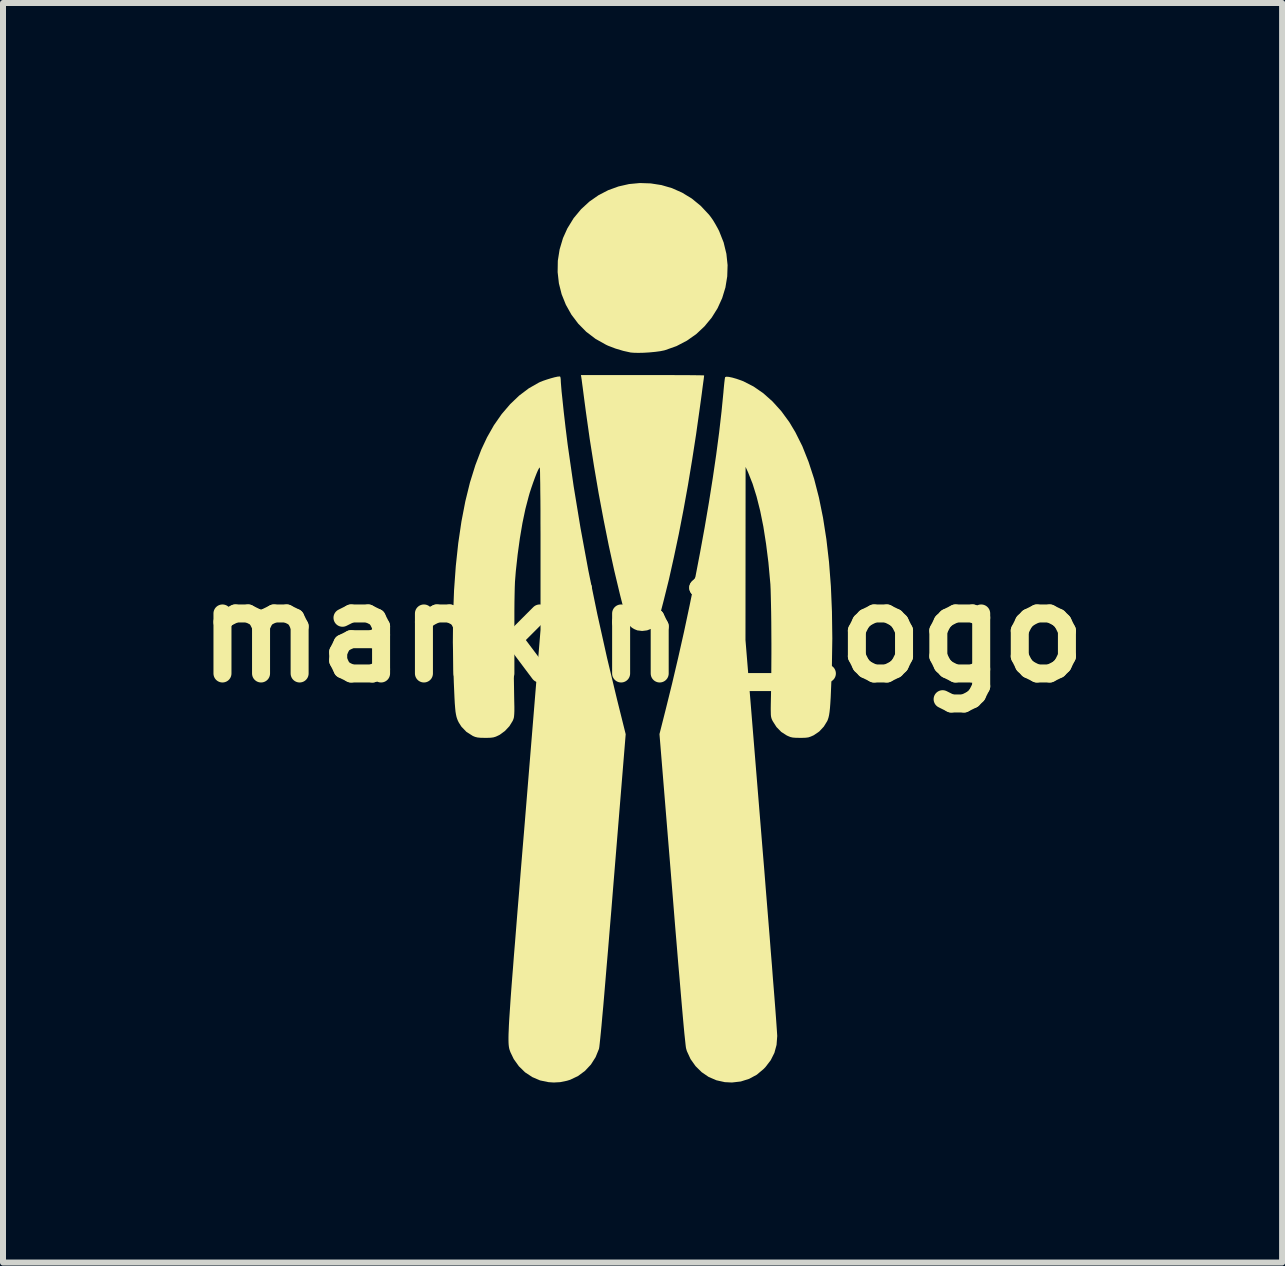
<source format=kicad_pcb>
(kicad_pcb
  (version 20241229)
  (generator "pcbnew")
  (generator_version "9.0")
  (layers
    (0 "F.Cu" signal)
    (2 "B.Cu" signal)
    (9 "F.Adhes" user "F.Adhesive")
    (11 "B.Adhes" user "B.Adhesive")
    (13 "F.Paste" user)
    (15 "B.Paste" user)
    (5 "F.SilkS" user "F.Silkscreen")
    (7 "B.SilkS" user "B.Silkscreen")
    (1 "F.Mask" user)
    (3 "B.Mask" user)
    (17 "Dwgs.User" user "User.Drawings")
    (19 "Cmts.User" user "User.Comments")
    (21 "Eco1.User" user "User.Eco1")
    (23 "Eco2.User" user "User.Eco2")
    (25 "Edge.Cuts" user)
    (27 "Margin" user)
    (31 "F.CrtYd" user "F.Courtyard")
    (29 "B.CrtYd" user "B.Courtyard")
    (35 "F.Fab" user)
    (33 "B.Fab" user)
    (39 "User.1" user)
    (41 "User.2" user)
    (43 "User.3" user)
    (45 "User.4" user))
  (footprint "mankini_logo"
    (layer "F.Cu")
    (at 7.657 7.494)
    (property "Reference" "mankini_logo" (at 0 0 0) (layer "F.SilkS") (effects (font (size 1.5 1.5) (thickness 0.3))))
    (attr board_only exclude_from_pos_files exclude_from_bom)
    (fp_poly (pts (xy 0.135 -7.488) (xy 0.315 -7.46) (xy 0.49 -7.409) (xy 0.659 -7.334) (xy 0.82 -7.236) (xy 0.969 -7.114) (xy 1.105 -6.969) (xy 1.138 -6.927) (xy 1.175 -6.874) (xy 1.216 -6.805) (xy 1.257 -6.731) (xy 1.277 -6.691) (xy 1.351 -6.504) (xy 1.397 -6.315) (xy 1.417 -6.126) (xy 1.411 -5.938) (xy 1.381 -5.754) (xy 1.327 -5.577) (xy 1.25 -5.408) (xy 1.152 -5.251) (xy 1.033 -5.107) (xy 0.896 -4.978) (xy 0.74 -4.868) (xy 0.566 -4.777) (xy 0.377 -4.71) (xy 0.359 -4.705) (xy 0.295 -4.692) (xy 0.212 -4.681) (xy 0.118 -4.672) (xy 0.02 -4.666) (xy -0.072 -4.664) (xy -0.15 -4.666) (xy -0.198 -4.67) (xy -0.32 -4.697) (xy -0.451 -4.736) (xy -0.574 -4.783) (xy -0.608 -4.799) (xy -0.783 -4.897) (xy -0.938 -5.015) (xy -1.072 -5.151) (xy -1.186 -5.302) (xy -1.278 -5.466) (xy -1.348 -5.64) (xy -1.394 -5.822) (xy -1.415 -6.009) (xy -1.412 -6.199) (xy -1.382 -6.388) (xy -1.326 -6.576) (xy -1.253 -6.738) (xy -1.148 -6.909) (xy -1.024 -7.058) (xy -0.886 -7.185) (xy -0.734 -7.291) (xy -0.572 -7.375) (xy -0.401 -7.437) (xy -0.225 -7.477) (xy -0.045 -7.494)) (stroke (width 0) (type solid)) (fill yes) (layer "F.SilkS"))
    (fp_poly (pts (xy 0.17 -4.294) (xy 0.332 -4.294) (xy 0.482 -4.294) (xy 0.619 -4.293) (xy 0.74 -4.293) (xy 0.843 -4.292) (xy 0.925 -4.291) (xy 0.984 -4.29) (xy 1.018 -4.289) (xy 1.026 -4.288) (xy 1.024 -4.27) (xy 1.019 -4.226) (xy 1.01 -4.162) (xy 0.999 -4.08) (xy 0.987 -3.986) (xy 0.973 -3.883) (xy 0.958 -3.775) (xy 0.943 -3.667) (xy 0.928 -3.561) (xy 0.914 -3.463) (xy 0.902 -3.377) (xy 0.893 -3.312) (xy 0.827 -2.886) (xy 0.757 -2.463) (xy 0.682 -2.048) (xy 0.604 -1.645) (xy 0.522 -1.258) (xy 0.44 -0.891) (xy 0.355 -0.549) (xy 0.342 -0.498) (xy 0.313 -0.387) (xy 0.289 -0.301) (xy 0.269 -0.235) (xy 0.251 -0.187) (xy 0.235 -0.151) (xy 0.219 -0.126) (xy 0.208 -0.113) (xy 0.149 -0.068) (xy 0.075 -0.04) (xy -0.007 -0.03) (xy -0.087 -0.04) (xy -0.134 -0.059) (xy -0.164 -0.076) (xy -0.189 -0.094) (xy -0.211 -0.116) (xy -0.231 -0.146) (xy -0.25 -0.187) (xy -0.27 -0.241) (xy -0.291 -0.312) (xy -0.316 -0.402) (xy -0.345 -0.514) (xy -0.38 -0.652) (xy -0.38 -0.653) (xy -0.472 -1.038) (xy -0.562 -1.448) (xy -0.648 -1.877) (xy -0.731 -2.32) (xy -0.808 -2.772) (xy -0.88 -3.227) (xy -0.944 -3.68) (xy -0.974 -3.906) (xy -0.986 -3.999) (xy -0.997 -4.084) (xy -1.007 -4.157) (xy -1.014 -4.213) (xy -1.019 -4.245) (xy -1.019 -4.247) (xy -1.027 -4.294) (xy -0.001 -4.294)) (stroke (width 0) (type solid)) (fill yes) (layer "F.SilkS"))
    (fp_poly (pts (xy 1.437 -4.264) (xy 1.495 -4.252) (xy 1.565 -4.232) (xy 1.64 -4.206) (xy 1.679 -4.191) (xy 1.847 -4.105) (xy 2.01 -3.993) (xy 2.165 -3.855) (xy 2.311 -3.694) (xy 2.445 -3.511) (xy 2.545 -3.344) (xy 2.662 -3.11) (xy 2.766 -2.849) (xy 2.859 -2.564) (xy 2.939 -2.253) (xy 3.007 -1.918) (xy 3.063 -1.56) (xy 3.107 -1.179) (xy 3.138 -0.777) (xy 3.156 -0.353) (xy 3.162 0.092) (xy 3.155 0.556) (xy 3.152 0.645) (xy 3.146 0.815) (xy 3.14 0.958) (xy 3.135 1.077) (xy 3.129 1.175) (xy 3.123 1.255) (xy 3.116 1.319) (xy 3.108 1.371) (xy 3.099 1.411) (xy 3.088 1.445) (xy 3.078 1.47) (xy 3.02 1.564) (xy 2.943 1.646) (xy 2.855 1.706) (xy 2.847 1.71) (xy 2.802 1.73) (xy 2.763 1.743) (xy 2.718 1.749) (xy 2.658 1.751) (xy 2.624 1.751) (xy 2.554 1.75) (xy 2.503 1.746) (xy 2.463 1.737) (xy 2.422 1.72) (xy 2.401 1.71) (xy 2.311 1.652) (xy 2.232 1.571) (xy 2.17 1.474) (xy 2.167 1.469) (xy 2.156 1.446) (xy 2.148 1.425) (xy 2.142 1.401) (xy 2.138 1.369) (xy 2.137 1.327) (xy 2.136 1.269) (xy 2.137 1.191) (xy 2.139 1.09) (xy 2.14 1.048) (xy 2.143 0.888) (xy 2.145 0.717) (xy 2.146 0.539) (xy 2.147 0.358) (xy 2.147 0.176) (xy 2.146 -0.002) (xy 2.145 -0.174) (xy 2.143 -0.336) (xy 2.14 -0.483) (xy 2.137 -0.614) (xy 2.134 -0.724) (xy 2.13 -0.81) (xy 2.127 -0.843) (xy 2.097 -1.173) (xy 2.058 -1.482) (xy 2.013 -1.769) (xy 1.96 -2.032) (xy 1.9 -2.27) (xy 1.834 -2.482) (xy 1.761 -2.667) (xy 1.753 -2.685) (xy 1.717 -2.763) (xy 1.716 -1.321) (xy 1.715 0.12) (xy 1.979 3.354) (xy 2.004 3.661) (xy 2.029 3.962) (xy 2.052 4.254) (xy 2.075 4.537) (xy 2.097 4.809) (xy 2.118 5.068) (xy 2.137 5.314) (xy 2.156 5.545) (xy 2.172 5.759) (xy 2.188 5.956) (xy 2.202 6.134) (xy 2.214 6.29) (xy 2.224 6.425) (xy 2.232 6.537) (xy 2.238 6.623) (xy 2.242 6.684) (xy 2.244 6.717) (xy 2.244 6.72) (xy 2.233 6.867) (xy 2.197 7) (xy 2.136 7.122) (xy 2.048 7.237) (xy 2.018 7.268) (xy 1.904 7.364) (xy 1.776 7.433) (xy 1.637 7.477) (xy 1.489 7.494) (xy 1.37 7.488) (xy 1.231 7.457) (xy 1.101 7.401) (xy 0.984 7.321) (xy 0.883 7.221) (xy 0.8 7.104) (xy 0.739 6.972) (xy 0.727 6.932) (xy 0.722 6.907) (xy 0.716 6.857) (xy 0.708 6.781) (xy 0.697 6.679) (xy 0.685 6.551) (xy 0.671 6.396) (xy 0.655 6.214) (xy 0.637 6.005) (xy 0.617 5.768) (xy 0.594 5.504) (xy 0.57 5.211) (xy 0.543 4.89) (xy 0.515 4.541) (xy 0.493 4.269) (xy 0.282 1.688) (xy 0.389 1.265) (xy 0.493 0.844) (xy 0.594 0.414) (xy 0.692 -0.021) (xy 0.785 -0.459) (xy 0.874 -0.896) (xy 0.957 -1.329) (xy 1.035 -1.756) (xy 1.106 -2.173) (xy 1.17 -2.577) (xy 1.227 -2.966) (xy 1.276 -3.337) (xy 1.316 -3.686) (xy 1.348 -4.011) (xy 1.35 -4.038) (xy 1.357 -4.113) (xy 1.364 -4.179) (xy 1.37 -4.228) (xy 1.375 -4.256) (xy 1.376 -4.259) (xy 1.396 -4.267)) (stroke (width 0) (type solid)) (fill yes) (layer "F.SilkS"))
    (fp_poly (pts (xy -1.374 -4.27) (xy -1.367 -4.252) (xy -1.363 -4.217) (xy -1.363 -4.205) (xy -1.361 -4.167) (xy -1.356 -4.104) (xy -1.349 -4.019) (xy -1.338 -3.917) (xy -1.326 -3.802) (xy -1.313 -3.678) (xy -1.298 -3.549) (xy -1.283 -3.418) (xy -1.267 -3.29) (xy -1.252 -3.168) (xy -1.245 -3.115) (xy -1.148 -2.44) (xy -1.034 -1.747) (xy -0.903 -1.037) (xy -0.755 -0.315) (xy -0.592 0.417) (xy -0.425 1.112) (xy -0.281 1.69) (xy -0.492 4.271) (xy -0.521 4.633) (xy -0.549 4.967) (xy -0.574 5.273) (xy -0.598 5.551) (xy -0.619 5.802) (xy -0.638 6.027) (xy -0.655 6.225) (xy -0.671 6.398) (xy -0.684 6.546) (xy -0.696 6.669) (xy -0.706 6.768) (xy -0.714 6.844) (xy -0.72 6.897) (xy -0.725 6.927) (xy -0.726 6.933) (xy -0.782 7.071) (xy -0.86 7.194) (xy -0.959 7.3) (xy -1.075 7.386) (xy -1.205 7.448) (xy -1.26 7.465) (xy -1.371 7.488) (xy -1.481 7.494) (xy -1.568 7.488) (xy -1.708 7.459) (xy -1.839 7.403) (xy -1.958 7.324) (xy -2.061 7.223) (xy -2.146 7.104) (xy -2.202 6.988) (xy -2.208 6.971) (xy -2.214 6.954) (xy -2.22 6.936) (xy -2.224 6.916) (xy -2.228 6.892) (xy -2.231 6.865) (xy -2.233 6.831) (xy -2.234 6.791) (xy -2.234 6.743) (xy -2.233 6.686) (xy -2.23 6.619) (xy -2.227 6.541) (xy -2.222 6.45) (xy -2.215 6.346) (xy -2.207 6.228) (xy -2.198 6.093) (xy -2.187 5.942) (xy -2.174 5.773) (xy -2.159 5.585) (xy -2.143 5.376) (xy -2.124 5.146) (xy -2.104 4.894) (xy -2.082 4.618) (xy -2.057 4.317) (xy -2.031 3.99) (xy -2.002 3.637) (xy -1.972 3.278) (xy -1.7 -0.048) (xy -1.7 -1.402) (xy -1.7 -1.628) (xy -1.701 -1.838) (xy -1.701 -2.03) (xy -1.702 -2.202) (xy -1.704 -2.353) (xy -1.705 -2.483) (xy -1.707 -2.589) (xy -1.708 -2.67) (xy -1.71 -2.725) (xy -1.713 -2.752) (xy -1.714 -2.755) (xy -1.725 -2.742) (xy -1.744 -2.706) (xy -1.768 -2.65) (xy -1.795 -2.58) (xy -1.824 -2.5) (xy -1.853 -2.416) (xy -1.881 -2.33) (xy -1.897 -2.274) (xy -1.952 -2.064) (xy -2.001 -1.83) (xy -2.044 -1.576) (xy -2.081 -1.307) (xy -2.112 -1.025) (xy -2.127 -0.835) (xy -2.132 -0.754) (xy -2.136 -0.647) (xy -2.14 -0.517) (xy -2.142 -0.369) (xy -2.145 -0.206) (xy -2.146 -0.031) (xy -2.147 0.153) (xy -2.147 0.34) (xy -2.146 0.53) (xy -2.145 0.716) (xy -2.142 0.897) (xy -2.14 1.033) (xy -2.138 1.147) (xy -2.136 1.235) (xy -2.136 1.302) (xy -2.138 1.352) (xy -2.141 1.389) (xy -2.145 1.417) (xy -2.152 1.439) (xy -2.161 1.461) (xy -2.164 1.468) (xy -2.219 1.557) (xy -2.294 1.637) (xy -2.38 1.7) (xy -2.402 1.711) (xy -2.445 1.731) (xy -2.485 1.743) (xy -2.53 1.749) (xy -2.59 1.751) (xy -2.624 1.751) (xy -2.696 1.75) (xy -2.749 1.745) (xy -2.79 1.735) (xy -2.829 1.719) (xy -2.83 1.718) (xy -2.934 1.652) (xy -3.018 1.565) (xy -3.062 1.496) (xy -3.077 1.466) (xy -3.089 1.436) (xy -3.1 1.402) (xy -3.109 1.361) (xy -3.117 1.312) (xy -3.123 1.25) (xy -3.129 1.174) (xy -3.134 1.08) (xy -3.139 0.966) (xy -3.145 0.829) (xy -3.15 0.666) (xy -3.152 0.623) (xy -3.161 0.16) (xy -3.157 -0.284) (xy -3.141 -0.709) (xy -3.112 -1.112) (xy -3.071 -1.494) (xy -3.018 -1.854) (xy -2.953 -2.191) (xy -2.876 -2.504) (xy -2.786 -2.793) (xy -2.686 -3.055) (xy -2.592 -3.255) (xy -2.477 -3.458) (xy -2.348 -3.643) (xy -2.206 -3.809) (xy -2.055 -3.953) (xy -1.896 -4.073) (xy -1.733 -4.166) (xy -1.709 -4.178) (xy -1.656 -4.199) (xy -1.594 -4.22) (xy -1.529 -4.24) (xy -1.467 -4.257) (xy -1.416 -4.268) (xy -1.383 -4.271)) (stroke (width 0) (type solid)) (fill yes) (layer "F.SilkS")))
  (gr_rect
    (start -3 -3)
    (end 18.314 17.988)
    (stroke (width 0.1) (type default))
    (fill no)
    (layer "Edge.Cuts")))
</source>
